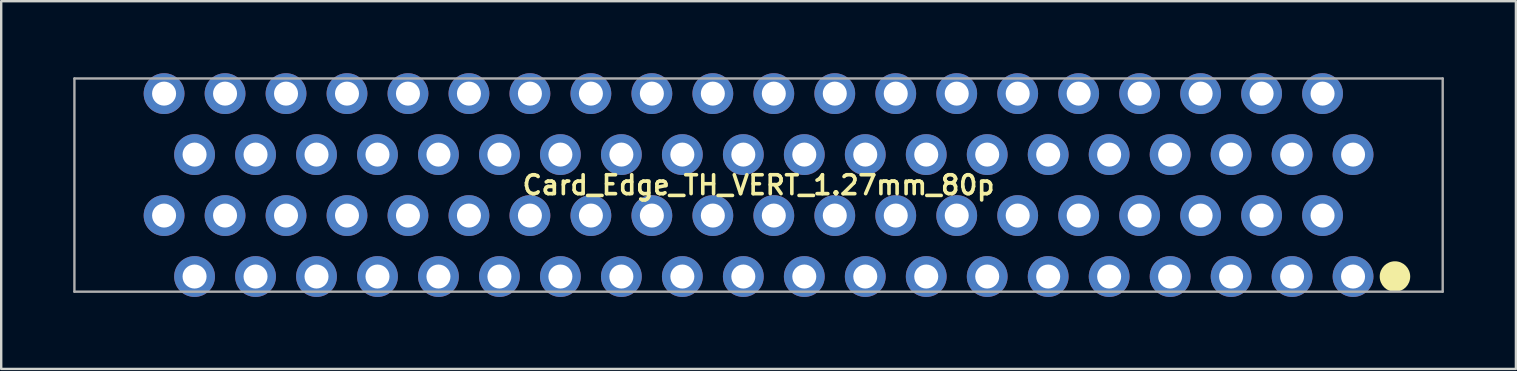
<source format=kicad_pcb>
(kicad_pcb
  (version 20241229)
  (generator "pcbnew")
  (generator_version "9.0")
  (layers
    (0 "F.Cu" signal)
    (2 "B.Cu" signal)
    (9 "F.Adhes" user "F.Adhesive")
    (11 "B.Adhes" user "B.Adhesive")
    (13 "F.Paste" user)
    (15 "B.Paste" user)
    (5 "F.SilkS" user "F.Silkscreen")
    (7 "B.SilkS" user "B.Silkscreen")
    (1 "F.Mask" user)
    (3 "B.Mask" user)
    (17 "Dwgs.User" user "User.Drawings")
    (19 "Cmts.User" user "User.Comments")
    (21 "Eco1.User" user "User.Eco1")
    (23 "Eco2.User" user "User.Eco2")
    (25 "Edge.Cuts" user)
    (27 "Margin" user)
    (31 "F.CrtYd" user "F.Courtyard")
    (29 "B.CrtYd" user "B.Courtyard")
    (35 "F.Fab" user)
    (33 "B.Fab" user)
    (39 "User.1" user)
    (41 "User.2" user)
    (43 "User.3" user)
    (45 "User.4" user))
  (footprint "Card_Edge_TH_VERT_1.27mm_80p"
    (layer "F.Cu")
    (at 28.55 4.66)
    (property "Reference" "Card_Edge_TH_VERT_1.27mm_80p" (at 0 0 0) (layer "F.SilkS") (effects (font (size 0.787 0.787) (thickness 0.15))))
    (attr through_hole)
    (fp_circle (center 26.511 3.81) (end 27.146 3.81) (stroke (width 0) (type solid)) (fill yes) (layer "F.SilkS"))
    (fp_line (start -28.5 -4.44) (end 28.5 -4.44) (stroke (width 0.1) (type solid)) (layer "F.Fab"))
    (fp_line (start -28.5 4.44) (end -28.5 -4.44) (stroke (width 0.1) (type solid)) (layer "F.Fab"))
    (fp_line (start 28.5 -4.44) (end 28.5 4.44) (stroke (width 0.1) (type solid)) (layer "F.Fab"))
    (fp_line (start 28.5 4.44) (end -28.5 4.44) (stroke (width 0.1) (type solid)) (layer "F.Fab"))
    (fp_poly (pts (xy 28.258 4.128) (xy 27.305 3.81) (xy 28.258 3.492)) (stroke (width 0.002) (type solid)) (fill no) (layer "F.Fab"))
    (pad "1" thru_hole circle (at 24.765 3.81) (size 1.7 1.7) (drill 1) (layers "*.Cu" "*.Mask"))
    (pad "2" thru_hole circle (at 23.495 1.27) (size 1.7 1.7) (drill 1) (layers "*.Cu" "*.Mask"))
    (pad "3" thru_hole circle (at 22.225 3.81) (size 1.7 1.7) (drill 1) (layers "*.Cu" "*.Mask"))
    (pad "4" thru_hole circle (at 20.955 1.27) (size 1.7 1.7) (drill 1) (layers "*.Cu" "*.Mask"))
    (pad "5" thru_hole circle (at 19.685 3.81) (size 1.7 1.7) (drill 1) (layers "*.Cu" "*.Mask"))
    (pad "6" thru_hole circle (at 18.415 1.27) (size 1.7 1.7) (drill 1) (layers "*.Cu" "*.Mask"))
    (pad "7" thru_hole circle (at 17.145 3.81) (size 1.7 1.7) (drill 1) (layers "*.Cu" "*.Mask"))
    (pad "8" thru_hole circle (at 15.875 1.27) (size 1.7 1.7) (drill 1) (layers "*.Cu" "*.Mask"))
    (pad "9" thru_hole circle (at 14.605 3.81) (size 1.7 1.7) (drill 1) (layers "*.Cu" "*.Mask"))
    (pad "10" thru_hole circle (at 13.335 1.27) (size 1.7 1.7) (drill 1) (layers "*.Cu" "*.Mask"))
    (pad "11" thru_hole circle (at 12.065 3.81) (size 1.7 1.7) (drill 1) (layers "*.Cu" "*.Mask"))
    (pad "12" thru_hole circle (at 10.795 1.27) (size 1.7 1.7) (drill 1) (layers "*.Cu" "*.Mask"))
    (pad "13" thru_hole circle (at 9.525 3.81) (size 1.7 1.7) (drill 1) (layers "*.Cu" "*.Mask"))
    (pad "14" thru_hole circle (at 8.255 1.27) (size 1.7 1.7) (drill 1) (layers "*.Cu" "*.Mask"))
    (pad "15" thru_hole circle (at 6.985 3.81) (size 1.7 1.7) (drill 1) (layers "*.Cu" "*.Mask"))
    (pad "16" thru_hole circle (at 5.715 1.27) (size 1.7 1.7) (drill 1) (layers "*.Cu" "*.Mask"))
    (pad "17" thru_hole circle (at 4.445 3.81) (size 1.7 1.7) (drill 1) (layers "*.Cu" "*.Mask"))
    (pad "18" thru_hole circle (at 3.175 1.27) (size 1.7 1.7) (drill 1) (layers "*.Cu" "*.Mask"))
    (pad "19" thru_hole circle (at 1.905 3.81) (size 1.7 1.7) (drill 1) (layers "*.Cu" "*.Mask"))
    (pad "20" thru_hole circle (at 0.635 1.27) (size 1.7 1.7) (drill 1) (layers "*.Cu" "*.Mask"))
    (pad "21" thru_hole circle (at -0.635 3.81) (size 1.7 1.7) (drill 1) (layers "*.Cu" "*.Mask"))
    (pad "22" thru_hole circle (at -1.905 1.27) (size 1.7 1.7) (drill 1) (layers "*.Cu" "*.Mask"))
    (pad "23" thru_hole circle (at -3.175 3.81) (size 1.7 1.7) (drill 1) (layers "*.Cu" "*.Mask"))
    (pad "24" thru_hole circle (at -4.445 1.27) (size 1.7 1.7) (drill 1) (layers "*.Cu" "*.Mask"))
    (pad "25" thru_hole circle (at -5.715 3.81) (size 1.7 1.7) (drill 1) (layers "*.Cu" "*.Mask"))
    (pad "26" thru_hole circle (at -6.985 1.27) (size 1.7 1.7) (drill 1) (layers "*.Cu" "*.Mask"))
    (pad "27" thru_hole circle (at -8.255 3.81) (size 1.7 1.7) (drill 1) (layers "*.Cu" "*.Mask"))
    (pad "28" thru_hole circle (at -9.525 1.27) (size 1.7 1.7) (drill 1) (layers "*.Cu" "*.Mask"))
    (pad "29" thru_hole circle (at -10.795 3.81) (size 1.7 1.7) (drill 1) (layers "*.Cu" "*.Mask"))
    (pad "30" thru_hole circle (at -12.065 1.27) (size 1.7 1.7) (drill 1) (layers "*.Cu" "*.Mask"))
    (pad "31" thru_hole circle (at -13.335 3.81) (size 1.7 1.7) (drill 1) (layers "*.Cu" "*.Mask"))
    (pad "32" thru_hole circle (at -14.605 1.27) (size 1.7 1.7) (drill 1) (layers "*.Cu" "*.Mask"))
    (pad "33" thru_hole circle (at -15.875 3.81) (size 1.7 1.7) (drill 1) (layers "*.Cu" "*.Mask"))
    (pad "34" thru_hole circle (at -17.145 1.27) (size 1.7 1.7) (drill 1) (layers "*.Cu" "*.Mask"))
    (pad "35" thru_hole circle (at -18.415 3.81) (size 1.7 1.7) (drill 1) (layers "*.Cu" "*.Mask"))
    (pad "36" thru_hole circle (at -19.685 1.27) (size 1.7 1.7) (drill 1) (layers "*.Cu" "*.Mask"))
    (pad "37" thru_hole circle (at -20.955 3.81) (size 1.7 1.7) (drill 1) (layers "*.Cu" "*.Mask"))
    (pad "38" thru_hole circle (at -22.225 1.27) (size 1.7 1.7) (drill 1) (layers "*.Cu" "*.Mask"))
    (pad "39" thru_hole circle (at -23.495 3.81) (size 1.7 1.7) (drill 1) (layers "*.Cu" "*.Mask"))
    (pad "40" thru_hole circle (at -24.765 1.27) (size 1.7 1.7) (drill 1) (layers "*.Cu" "*.Mask"))
    (pad "41" thru_hole circle (at -24.765 -3.81) (size 1.7 1.7) (drill 1) (layers "*.Cu" "*.Mask"))
    (pad "42" thru_hole circle (at -23.495 -1.27) (size 1.7 1.7) (drill 1) (layers "*.Cu" "*.Mask"))
    (pad "43" thru_hole circle (at -22.225 -3.81) (size 1.7 1.7) (drill 1) (layers "*.Cu" "*.Mask"))
    (pad "44" thru_hole circle (at -20.955 -1.27) (size 1.7 1.7) (drill 1) (layers "*.Cu" "*.Mask"))
    (pad "45" thru_hole circle (at -19.685 -3.81) (size 1.7 1.7) (drill 1) (layers "*.Cu" "*.Mask"))
    (pad "46" thru_hole circle (at -18.415 -1.27) (size 1.7 1.7) (drill 1) (layers "*.Cu" "*.Mask"))
    (pad "47" thru_hole circle (at -17.145 -3.81) (size 1.7 1.7) (drill 1) (layers "*.Cu" "*.Mask"))
    (pad "48" thru_hole circle (at -15.875 -1.27) (size 1.7 1.7) (drill 1) (layers "*.Cu" "*.Mask"))
    (pad "49" thru_hole circle (at -14.605 -3.81) (size 1.7 1.7) (drill 1) (layers "*.Cu" "*.Mask"))
    (pad "50" thru_hole circle (at -13.335 -1.27) (size 1.7 1.7) (drill 1) (layers "*.Cu" "*.Mask"))
    (pad "51" thru_hole circle (at -12.065 -3.81) (size 1.7 1.7) (drill 1) (layers "*.Cu" "*.Mask"))
    (pad "52" thru_hole circle (at -10.795 -1.27) (size 1.7 1.7) (drill 1) (layers "*.Cu" "*.Mask"))
    (pad "53" thru_hole circle (at -9.525 -3.81) (size 1.7 1.7) (drill 1) (layers "*.Cu" "*.Mask"))
    (pad "54" thru_hole circle (at -8.255 -1.27) (size 1.7 1.7) (drill 1) (layers "*.Cu" "*.Mask"))
    (pad "55" thru_hole circle (at -6.985 -3.81) (size 1.7 1.7) (drill 1) (layers "*.Cu" "*.Mask"))
    (pad "56" thru_hole circle (at -5.715 -1.27) (size 1.7 1.7) (drill 1) (layers "*.Cu" "*.Mask"))
    (pad "57" thru_hole circle (at -4.445 -3.81) (size 1.7 1.7) (drill 1) (layers "*.Cu" "*.Mask"))
    (pad "58" thru_hole circle (at -3.175 -1.27) (size 1.7 1.7) (drill 1) (layers "*.Cu" "*.Mask"))
    (pad "59" thru_hole circle (at -1.905 -3.81) (size 1.7 1.7) (drill 1) (layers "*.Cu" "*.Mask"))
    (pad "60" thru_hole circle (at -0.635 -1.27) (size 1.7 1.7) (drill 1) (layers "*.Cu" "*.Mask"))
    (pad "61" thru_hole circle (at 0.635 -3.81) (size 1.7 1.7) (drill 1) (layers "*.Cu" "*.Mask"))
    (pad "62" thru_hole circle (at 1.905 -1.27) (size 1.7 1.7) (drill 1) (layers "*.Cu" "*.Mask"))
    (pad "63" thru_hole circle (at 3.175 -3.81) (size 1.7 1.7) (drill 1) (layers "*.Cu" "*.Mask"))
    (pad "64" thru_hole circle (at 4.445 -1.27) (size 1.7 1.7) (drill 1) (layers "*.Cu" "*.Mask"))
    (pad "65" thru_hole circle (at 5.715 -3.81) (size 1.7 1.7) (drill 1) (layers "*.Cu" "*.Mask"))
    (pad "66" thru_hole circle (at 6.985 -1.27) (size 1.7 1.7) (drill 1) (layers "*.Cu" "*.Mask"))
    (pad "67" thru_hole circle (at 8.255 -3.81) (size 1.7 1.7) (drill 1) (layers "*.Cu" "*.Mask"))
    (pad "68" thru_hole circle (at 9.525 -1.27) (size 1.7 1.7) (drill 1) (layers "*.Cu" "*.Mask"))
    (pad "69" thru_hole circle (at 10.795 -3.81) (size 1.7 1.7) (drill 1) (layers "*.Cu" "*.Mask"))
    (pad "70" thru_hole circle (at 12.065 -1.27) (size 1.7 1.7) (drill 1) (layers "*.Cu" "*.Mask"))
    (pad "71" thru_hole circle (at 13.335 -3.81) (size 1.7 1.7) (drill 1) (layers "*.Cu" "*.Mask"))
    (pad "72" thru_hole circle (at 14.605 -1.27) (size 1.7 1.7) (drill 1) (layers "*.Cu" "*.Mask"))
    (pad "73" thru_hole circle (at 15.875 -3.81) (size 1.7 1.7) (drill 1) (layers "*.Cu" "*.Mask"))
    (pad "74" thru_hole circle (at 17.145 -1.27) (size 1.7 1.7) (drill 1) (layers "*.Cu" "*.Mask"))
    (pad "75" thru_hole circle (at 18.415 -3.81) (size 1.7 1.7) (drill 1) (layers "*.Cu" "*.Mask"))
    (pad "76" thru_hole circle (at 19.685 -1.27) (size 1.7 1.7) (drill 1) (layers "*.Cu" "*.Mask"))
    (pad "77" thru_hole circle (at 20.955 -3.81) (size 1.7 1.7) (drill 1) (layers "*.Cu" "*.Mask"))
    (pad "78" thru_hole circle (at 22.225 -1.27) (size 1.7 1.7) (drill 1) (layers "*.Cu" "*.Mask"))
    (pad "79" thru_hole circle (at 23.495 -3.81) (size 1.7 1.7) (drill 1) (layers "*.Cu" "*.Mask"))
    (pad "80" thru_hole circle (at 24.765 -1.27) (size 1.7 1.7) (drill 1) (layers "*.Cu" "*.Mask")))
  (gr_rect
    (start -3 -3)
    (end 60.1 12.32)
    (stroke (width 0.1) (type default))
    (fill no)
    (layer "Edge.Cuts")))
</source>
